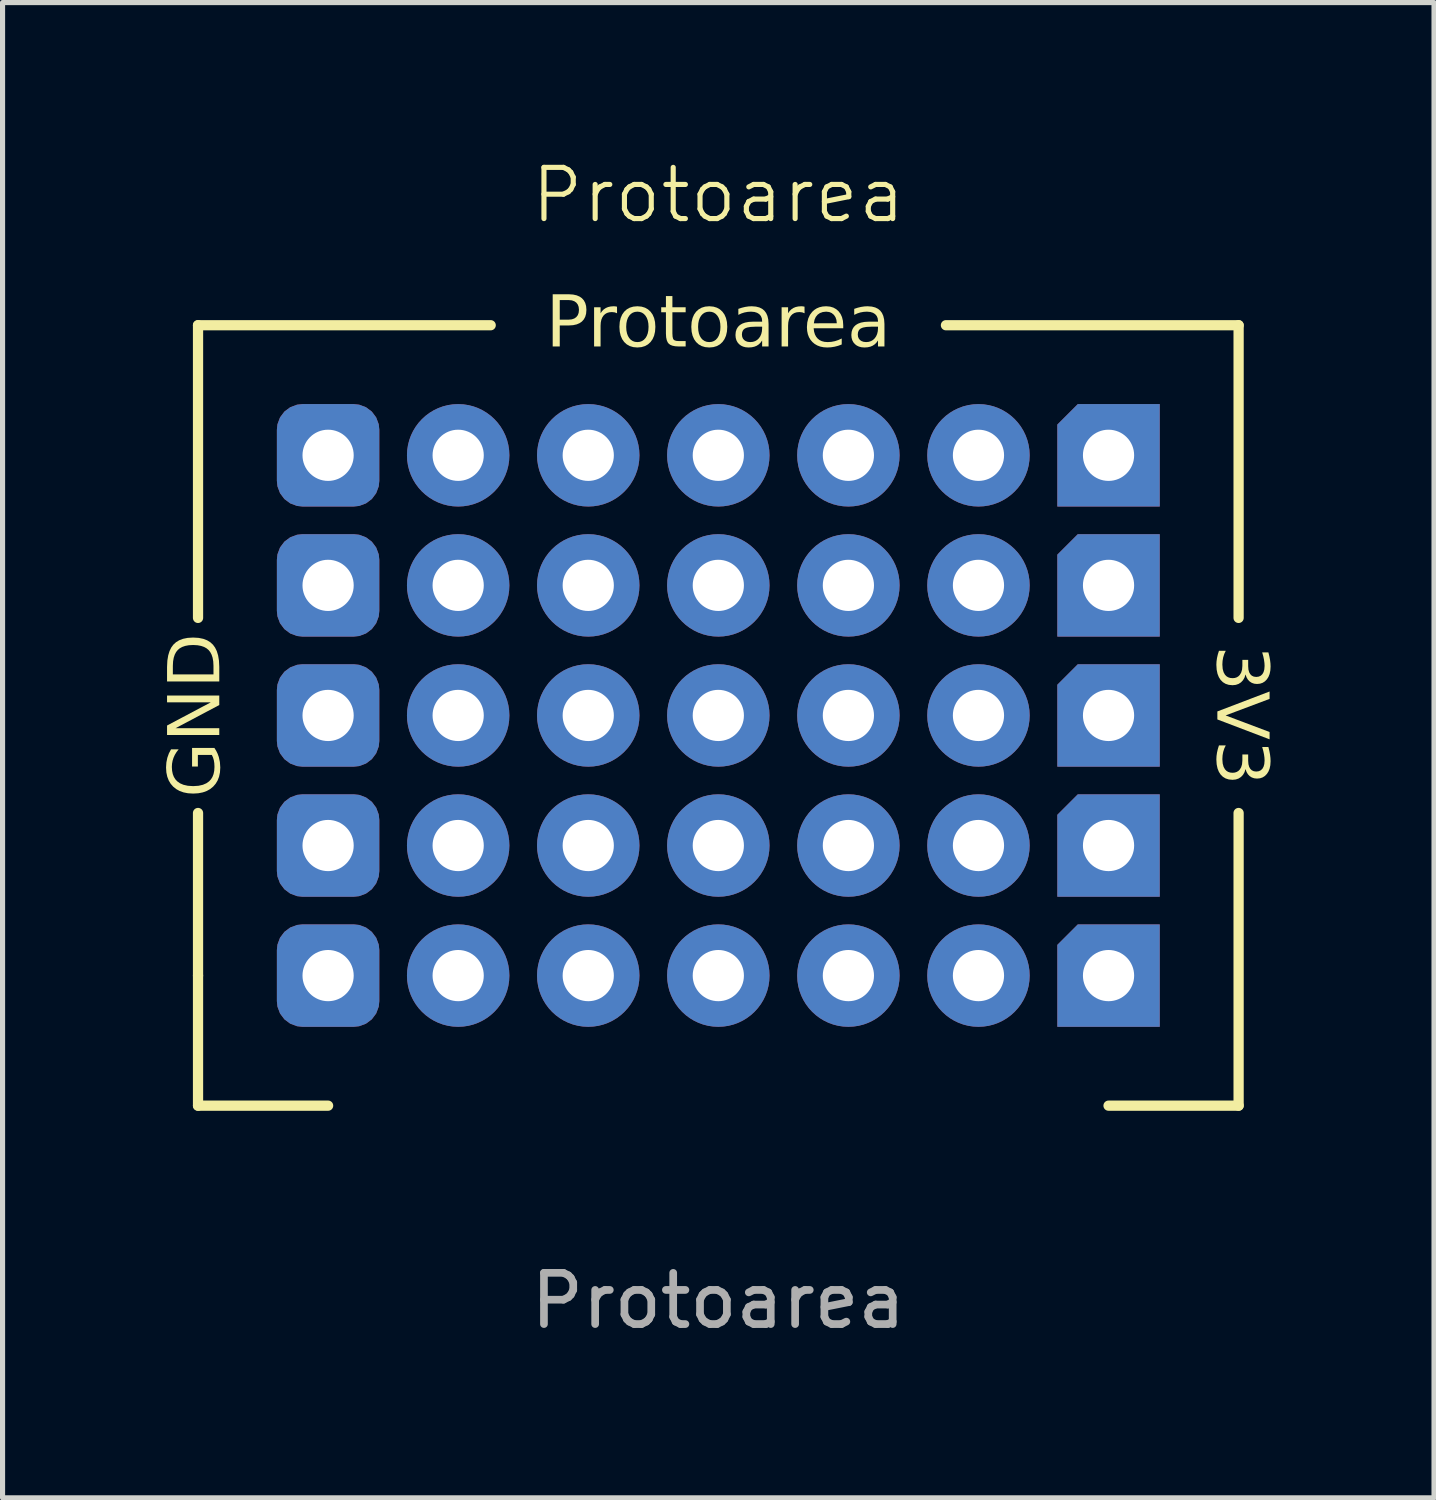
<source format=kicad_pcb>
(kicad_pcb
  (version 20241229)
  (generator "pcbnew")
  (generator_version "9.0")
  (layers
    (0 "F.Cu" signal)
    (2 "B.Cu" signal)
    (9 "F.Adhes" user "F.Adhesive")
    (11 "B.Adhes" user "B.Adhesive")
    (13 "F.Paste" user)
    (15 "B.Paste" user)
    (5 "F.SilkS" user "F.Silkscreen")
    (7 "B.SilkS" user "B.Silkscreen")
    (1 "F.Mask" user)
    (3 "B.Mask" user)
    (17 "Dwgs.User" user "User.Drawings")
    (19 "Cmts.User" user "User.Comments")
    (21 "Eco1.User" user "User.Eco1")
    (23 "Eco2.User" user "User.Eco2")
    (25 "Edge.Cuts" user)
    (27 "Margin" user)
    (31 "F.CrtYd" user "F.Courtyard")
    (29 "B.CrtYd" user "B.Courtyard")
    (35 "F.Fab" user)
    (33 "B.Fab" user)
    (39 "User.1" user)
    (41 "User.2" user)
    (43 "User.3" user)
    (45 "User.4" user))
  (footprint "Protoarea"
    (layer "F.Cu")
    (at 10.977 10.921)
    (property "Reference" "Protoarea" (at 0 -10.16 0) (unlocked yes) (layer "F.SilkS") (effects (font (size 1 1) (thickness 0.1))))
    (attr through_hole)
    (fp_line (start -10.16 -7.62) (end -10.16 -1.905) (stroke (width 0.2) (type default)) (layer "F.SilkS"))
    (fp_line (start -10.16 -7.62) (end -4.445 -7.62) (stroke (width 0.2) (type default)) (layer "F.SilkS"))
    (fp_line (start -10.16 5.08) (end -10.16 1.905) (stroke (width 0.2) (type default)) (layer "F.SilkS"))
    (fp_line (start -10.16 5.08) (end -10.16 7.62) (stroke (width 0.2) (type default)) (layer "F.SilkS"))
    (fp_line (start -10.16 7.62) (end -7.62 7.62) (stroke (width 0.2) (type default)) (layer "F.SilkS"))
    (fp_line (start 10.16 -7.62) (end 4.445 -7.62) (stroke (width 0.2) (type default)) (layer "F.SilkS"))
    (fp_line (start 10.16 -7.62) (end 10.16 -1.905) (stroke (width 0.2) (type default)) (layer "F.SilkS"))
    (fp_line (start 10.16 7.62) (end 7.62 7.62) (stroke (width 0.2) (type default)) (layer "F.SilkS"))
    (fp_line (start 10.16 7.62) (end 10.16 1.905) (stroke (width 0.2) (type default)) (layer "F.SilkS"))
    (fp_text user "GND" (at -10.16 0 90) (unlocked yes) (layer "F.SilkS") (effects (font (face "VCR OSD Mono") (size 1 1) (thickness 0.1))))
    (fp_text user "Protoarea" (at 0 -7.62 0) (unlocked yes) (layer "F.SilkS") (effects (font (face "VCR OSD Mono") (size 1 1) (thickness 0.1))))
    (fp_text user "3V3" (at 10.16 0 270) (unlocked yes) (layer "F.SilkS") (effects (font (face "VCR OSD Mono") (size 1 1) (thickness 0.1))))
    (fp_text user "${REFERENCE}" (at 0 11.43 0) (unlocked yes) (layer "F.Fab") (effects (font (size 1 1) (thickness 0.15))))
    (pad "" thru_hole circle (at -5.08 -5.08) (size 2 2) (drill 1) (layers "*.Cu" "*.Mask"))
    (pad "" thru_hole circle (at -5.08 -2.54) (size 2 2) (drill 1) (layers "*.Cu" "*.Mask"))
    (pad "" thru_hole circle (at -5.08 0) (size 2 2) (drill 1) (layers "*.Cu" "*.Mask"))
    (pad "" thru_hole circle (at -5.08 2.54) (size 2 2) (drill 1) (layers "*.Cu" "*.Mask"))
    (pad "" thru_hole circle (at -2.54 -5.08) (size 2 2) (drill 1) (layers "*.Cu" "*.Mask"))
    (pad "" thru_hole circle (at -2.54 -2.54) (size 2 2) (drill 1) (layers "*.Cu" "*.Mask"))
    (pad "" thru_hole circle (at -2.54 0) (size 2 2) (drill 1) (layers "*.Cu" "*.Mask"))
    (pad "" thru_hole circle (at -2.54 2.54) (size 2 2) (drill 1) (layers "*.Cu" "*.Mask"))
    (pad "" thru_hole circle (at 0 -5.08) (size 2 2) (drill 1) (layers "*.Cu" "*.Mask"))
    (pad "" thru_hole circle (at 0 -2.54) (size 2 2) (drill 1) (layers "*.Cu" "*.Mask"))
    (pad "" thru_hole circle (at 0 0) (size 2 2) (drill 1) (layers "*.Cu" "*.Mask"))
    (pad "" thru_hole circle (at 0 2.54) (size 2 2) (drill 1) (layers "*.Cu" "*.Mask"))
    (pad "" thru_hole circle (at 2.54 -5.08) (size 2 2) (drill 1) (layers "*.Cu" "*.Mask"))
    (pad "" thru_hole circle (at 2.54 -2.54) (size 2 2) (drill 1) (layers "*.Cu" "*.Mask"))
    (pad "" thru_hole circle (at 2.54 0) (size 2 2) (drill 1) (layers "*.Cu" "*.Mask"))
    (pad "" thru_hole circle (at 2.54 2.54) (size 2 2) (drill 1) (layers "*.Cu" "*.Mask"))
    (pad "" thru_hole circle (at 5.08 -5.08) (size 2 2) (drill 1) (layers "*.Cu" "*.Mask"))
    (pad "" thru_hole circle (at 5.08 -2.54) (size 2 2) (drill 1) (layers "*.Cu" "*.Mask"))
    (pad "" thru_hole circle (at 5.08 0) (size 2 2) (drill 1) (layers "*.Cu" "*.Mask"))
    (pad "" thru_hole circle (at 5.08 2.54) (size 2 2) (drill 1) (layers "*.Cu" "*.Mask"))
    (pad "2" thru_hole circle (at 5.08 5.08) (size 2 2) (drill 1) (layers "*.Cu" "*.Mask"))
    (pad "3" thru_hole circle (at 2.54 5.08) (size 2 2) (drill 1) (layers "*.Cu" "*.Mask"))
    (pad "4" thru_hole circle (at 0 5.08) (size 2 2) (drill 1) (layers "*.Cu" "*.Mask"))
    (pad "5" thru_hole circle (at -2.54 5.08) (size 2 2) (drill 1) (layers "*.Cu" "*.Mask"))
    (pad "6" thru_hole circle (at -5.08 5.08) (size 2 2) (drill 1) (layers "*.Cu" "*.Mask"))
    (pad "7" thru_hole roundrect (at 7.62 -5.08) (size 2 2) (drill 1) (layers "*.Cu" "*.Mask") (roundrect_rratio 0) (chamfer_ratio 0.2) (chamfer top_left))
    (pad "7" thru_hole roundrect (at 7.62 -2.54) (size 2 2) (drill 1) (layers "*.Cu" "*.Mask") (roundrect_rratio 0) (chamfer_ratio 0.2) (chamfer top_left))
    (pad "7" thru_hole roundrect (at 7.62 0) (size 2 2) (drill 1) (layers "*.Cu" "*.Mask") (roundrect_rratio 0) (chamfer_ratio 0.2) (chamfer top_left))
    (pad "7" thru_hole roundrect (at 7.62 2.54) (size 2 2) (drill 1) (layers "*.Cu" "*.Mask") (roundrect_rratio 0) (chamfer_ratio 0.2) (chamfer top_left))
    (pad "7" thru_hole roundrect (at 7.62 5.08) (size 2 2) (drill 1) (layers "*.Cu" "*.Mask") (roundrect_rratio 0) (chamfer_ratio 0.2) (chamfer top_left))
    (pad "8" thru_hole roundrect (at -7.62 -5.08) (size 2 2) (drill 1) (layers "*.Cu" "*.Mask") (roundrect_rratio 0.25))
    (pad "8" thru_hole roundrect (at -7.62 -2.54) (size 2 2) (drill 1) (layers "*.Cu" "*.Mask") (roundrect_rratio 0.25))
    (pad "8" thru_hole roundrect (at -7.62 0) (size 2 2) (drill 1) (layers "*.Cu" "*.Mask") (roundrect_rratio 0.25))
    (pad "8" thru_hole roundrect (at -7.62 2.54) (size 2 2) (drill 1) (layers "*.Cu" "*.Mask") (roundrect_rratio 0.25))
    (pad "8" thru_hole roundrect (at -7.62 5.08) (size 2 2) (drill 1) (layers "*.Cu" "*.Mask") (roundrect_rratio 0.25)))
  (gr_rect
    (start -3 -3)
    (end 24.953 26.199)
    (stroke (width 0.1) (type default))
    (fill no)
    (layer "Edge.Cuts")))
</source>
